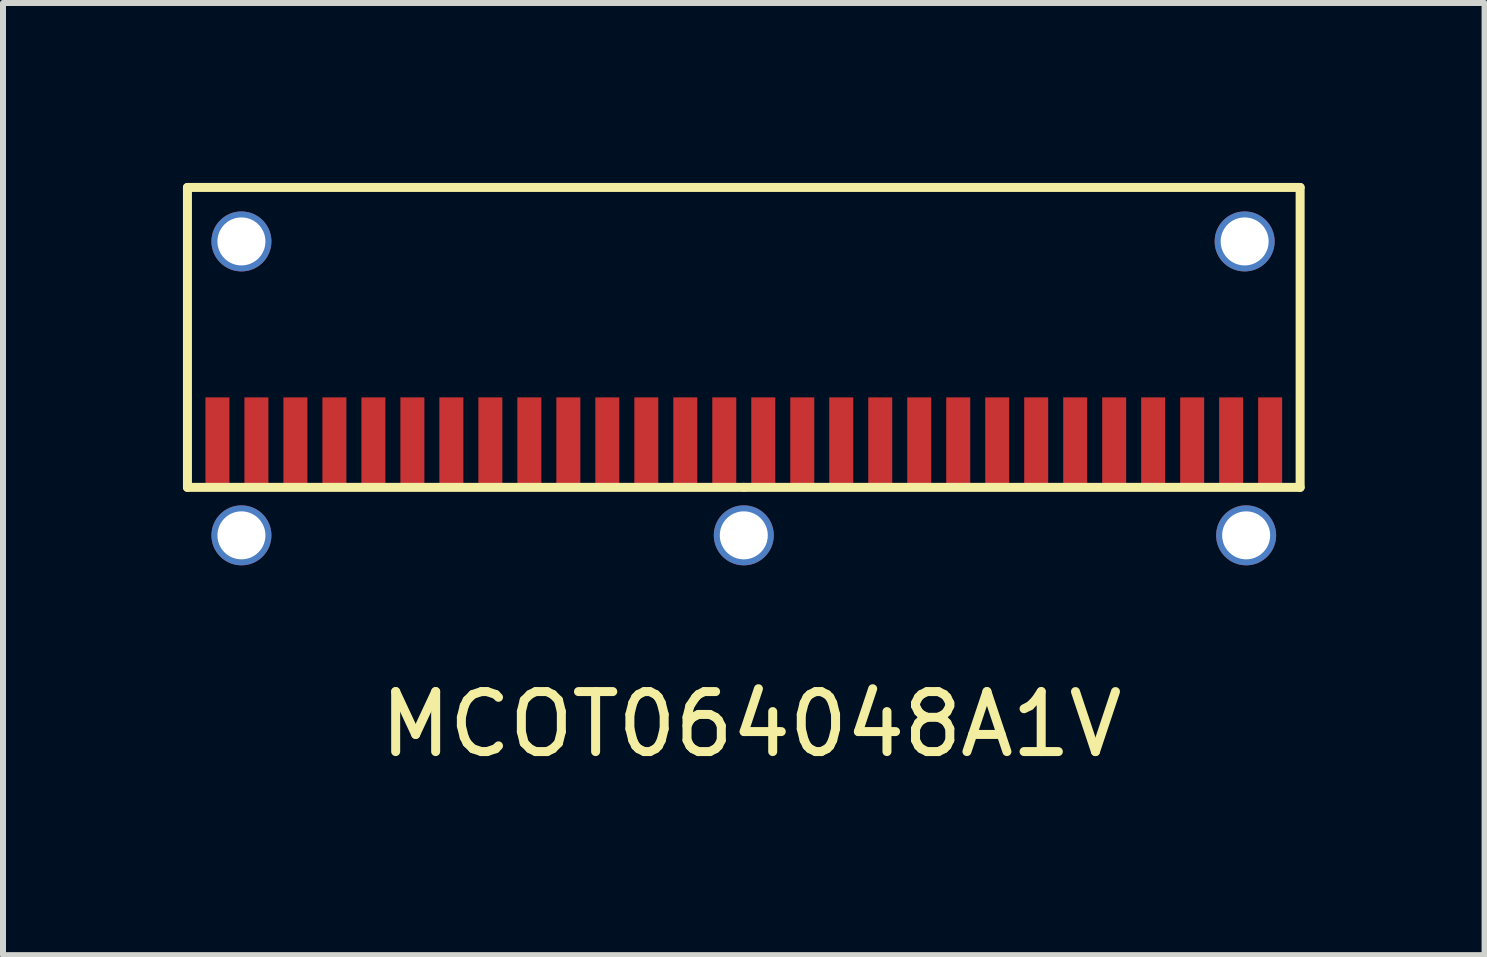
<source format=kicad_pcb>
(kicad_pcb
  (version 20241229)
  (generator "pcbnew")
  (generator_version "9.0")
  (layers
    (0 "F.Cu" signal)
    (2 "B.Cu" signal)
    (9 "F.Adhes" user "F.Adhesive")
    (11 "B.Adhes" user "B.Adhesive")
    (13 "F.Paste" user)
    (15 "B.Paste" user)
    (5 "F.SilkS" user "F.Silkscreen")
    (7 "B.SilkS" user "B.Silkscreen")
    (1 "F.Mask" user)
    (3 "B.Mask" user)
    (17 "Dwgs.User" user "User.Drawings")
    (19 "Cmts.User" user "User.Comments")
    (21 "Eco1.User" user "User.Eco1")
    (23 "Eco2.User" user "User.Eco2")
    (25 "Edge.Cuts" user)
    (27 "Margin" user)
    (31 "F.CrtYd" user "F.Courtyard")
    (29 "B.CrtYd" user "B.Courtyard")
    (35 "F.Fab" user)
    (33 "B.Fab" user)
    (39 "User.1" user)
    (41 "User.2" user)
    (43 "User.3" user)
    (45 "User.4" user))
  (footprint "MCOT064048A1V"
    (layer "F.Cu")
    (at 9.35 2.075)
    (property "Reference" "MCOT064048A1V" (at 0.125 6.95 0) (layer "F.SilkS") (effects (font (size 1 1) (thickness 0.15))))
    (attr through_hole)
    (fp_line (start -9.275 -2) (end 9.275 -2) (stroke (width 0.15) (type solid)) (layer "F.SilkS"))
    (fp_line (start -9.275 3) (end -9.275 -2) (stroke (width 0.15) (type solid)) (layer "F.SilkS"))
    (fp_line (start 0 3) (end -9.275 3) (stroke (width 0.15) (type solid)) (layer "F.SilkS"))
    (fp_line (start 0 3) (end 9.275 3) (stroke (width 0.15) (type solid)) (layer "F.SilkS"))
    (fp_line (start 9.275 -2) (end 9.275 3) (stroke (width 0.15) (type solid)) (layer "F.SilkS"))
    (pad "" thru_hole circle (at -8.375 -1.1) (size 1 1) (drill 0.8) (layers "*.Cu" "*.Mask"))
    (pad "" thru_hole circle (at -8.375 3.8) (size 1 1) (drill 0.8) (layers "*.Cu" "*.Mask"))
    (pad "" thru_hole circle (at 0 3.8) (size 1 1) (drill 0.8) (layers "*.Cu" "*.Mask"))
    (pad "" thru_hole circle (at 8.35 -1.1) (size 1 1) (drill 0.8) (layers "*.Cu" "*.Mask"))
    (pad "" thru_hole circle (at 8.375 3.8) (size 1 1) (drill 0.8) (layers "*.Cu" "*.Mask"))
    (pad "1" connect rect (at 8.775 2.25) (size 0.4 1.5) (layers "F.Cu" "F.Mask"))
    (pad "2" connect rect (at 8.125 2.25) (size 0.4 1.5) (layers "F.Cu" "F.Mask"))
    (pad "3" connect rect (at 7.475 2.25) (size 0.4 1.5) (layers "F.Cu" "F.Mask"))
    (pad "4" connect rect (at 6.825 2.25) (size 0.4 1.5) (layers "F.Cu" "F.Mask"))
    (pad "5" connect rect (at 6.175 2.25) (size 0.4 1.5) (layers "F.Cu" "F.Mask"))
    (pad "6" connect rect (at 5.525 2.25) (size 0.4 1.5) (layers "F.Cu" "F.Mask"))
    (pad "7" connect rect (at 4.875 2.25) (size 0.4 1.5) (layers "F.Cu" "F.Mask"))
    (pad "8" connect rect (at 4.225 2.25) (size 0.4 1.5) (layers "F.Cu" "F.Mask"))
    (pad "9" connect rect (at 3.575 2.25) (size 0.4 1.5) (layers "F.Cu" "F.Mask"))
    (pad "10" connect rect (at 2.925 2.25) (size 0.4 1.5) (layers "F.Cu" "F.Mask"))
    (pad "11" connect rect (at 2.275 2.25) (size 0.4 1.5) (layers "F.Cu" "F.Mask"))
    (pad "12" connect rect (at 1.625 2.25) (size 0.4 1.5) (layers "F.Cu" "F.Mask"))
    (pad "13" connect rect (at 0.975 2.25) (size 0.4 1.5) (layers "F.Cu" "F.Mask"))
    (pad "14" connect rect (at 0.325 2.25) (size 0.4 1.5) (layers "F.Cu" "F.Mask"))
    (pad "15" connect rect (at -0.325 2.25) (size 0.4 1.5) (layers "F.Cu" "F.Mask"))
    (pad "16" connect rect (at -0.975 2.25) (size 0.4 1.5) (layers "F.Cu" "F.Mask"))
    (pad "17" connect rect (at -1.625 2.25) (size 0.4 1.5) (layers "F.Cu" "F.Mask"))
    (pad "18" connect rect (at -2.275 2.25) (size 0.4 1.5) (layers "F.Cu" "F.Mask"))
    (pad "19" connect rect (at -2.925 2.25) (size 0.4 1.5) (layers "F.Cu" "F.Mask"))
    (pad "20" connect rect (at -3.575 2.25) (size 0.4 1.5) (layers "F.Cu" "F.Mask"))
    (pad "21" connect rect (at -4.225 2.25) (size 0.4 1.5) (layers "F.Cu" "F.Mask"))
    (pad "22" connect rect (at -4.875 2.25) (size 0.4 1.5) (layers "F.Cu" "F.Mask"))
    (pad "23" connect rect (at -5.525 2.25) (size 0.4 1.5) (layers "F.Cu" "F.Mask"))
    (pad "24" connect rect (at -6.175 2.25) (size 0.4 1.5) (layers "F.Cu" "F.Mask"))
    (pad "25" connect rect (at -6.825 2.25) (size 0.4 1.5) (layers "F.Cu" "F.Mask"))
    (pad "26" connect rect (at -7.475 2.25) (size 0.4 1.5) (layers "F.Cu" "F.Mask"))
    (pad "27" connect rect (at -8.125 2.25) (size 0.4 1.5) (layers "F.Cu" "F.Mask"))
    (pad "28" connect rect (at -8.775 2.25) (size 0.4 1.5) (layers "F.Cu" "F.Mask")))
  (gr_rect
    (start -3 -3)
    (end 21.7 12.873)
    (stroke (width 0.1) (type default))
    (fill no)
    (layer "Edge.Cuts")))
</source>
